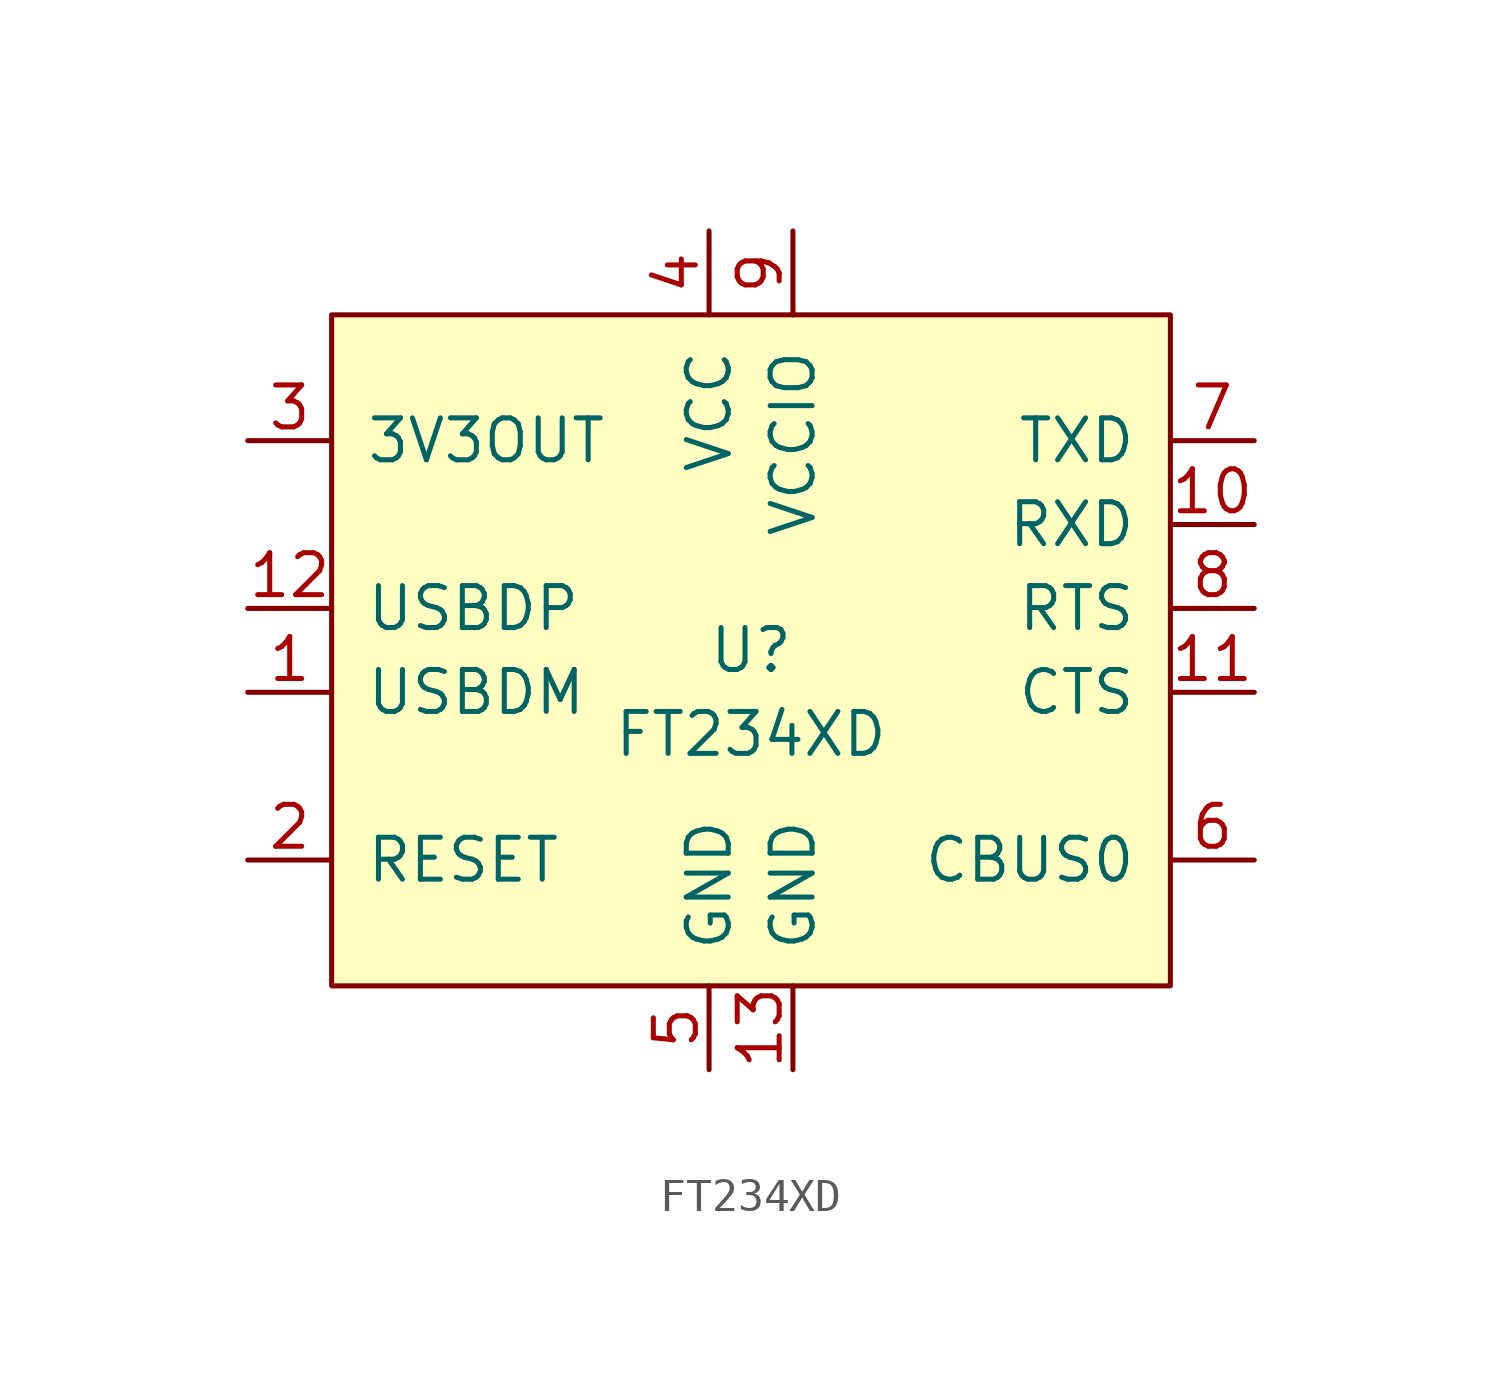
<source format=kicad_sym>
(kicad_symbol_lib
  (version 20211014)
  (generator kicad_symbol_editor)
  (symbol "FT234XD"
    (pin_names
      (offset 1.016))
    (property "Reference" "U"
      (at 0 0 0)
      (effects (font (size 1.27 1.27))))
    (property "Value" "FT234XD"
      (at 0 -2.54 0)
      (effects (font (size 1.27 1.27))))
    (symbol "FT234XD_0_0"
      (pin passive line (at -15.24 -1.27 0) (length 2.54) (name "USBDM" (effects (font (size 1.27 1.27)))) (number "1" (effects (font (size 1.27 1.27)))))
      (pin passive line (at 15.24 3.81 180) (length 2.54) (name "RXD" (effects (font (size 1.27 1.27)))) (number "10" (effects (font (size 1.27 1.27)))))
      (pin passive line (at 15.24 -1.27 180) (length 2.54) (name "CTS" (effects (font (size 1.27 1.27)))) (number "11" (effects (font (size 1.27 1.27)))))
      (pin passive line (at -15.24 1.27 0) (length 2.54) (name "USBDP" (effects (font (size 1.27 1.27)))) (number "12" (effects (font (size 1.27 1.27)))))
      (pin power_in line (at 1.27 -12.7 90) (length 2.54) (name "GND" (effects (font (size 1.27 1.27)))) (number "13" (effects (font (size 1.27 1.27)))))
      (pin passive line (at -15.24 -6.35 0) (length 2.54) (name "RESET" (effects (font (size 1.27 1.27)))) (number "2" (effects (font (size 1.27 1.27)))))
      (pin power_out line (at -15.24 6.35 0) (length 2.54) (name "3V3OUT" (effects (font (size 1.27 1.27)))) (number "3" (effects (font (size 1.27 1.27)))))
      (pin power_in line (at -1.27 12.7 270) (length 2.54) (name "VCC" (effects (font (size 1.27 1.27)))) (number "4" (effects (font (size 1.27 1.27)))))
      (pin power_in line (at -1.27 -12.7 90) (length 2.54) (name "GND" (effects (font (size 1.27 1.27)))) (number "5" (effects (font (size 1.27 1.27)))))
      (pin passive line (at 15.24 -6.35 180) (length 2.54) (name "CBUS0" (effects (font (size 1.27 1.27)))) (number "6" (effects (font (size 1.27 1.27)))))
      (pin passive line (at 15.24 6.35 180) (length 2.54) (name "TXD" (effects (font (size 1.27 1.27)))) (number "7" (effects (font (size 1.27 1.27)))))
      (pin passive line (at 15.24 1.27 180) (length 2.54) (name "RTS" (effects (font (size 1.27 1.27)))) (number "8" (effects (font (size 1.27 1.27)))))
      (pin power_in line (at 1.27 12.7 270) (length 2.54) (name "VCCIO" (effects (font (size 1.27 1.27)))) (number "9" (effects (font (size 1.27 1.27))))))
    (symbol "FT234XD_0_1"
      (rectangle (start -12.7 10.16) (end 12.7 -10.16) (stroke (width 0) (type default) (color 0 0 0 0)) (fill (type background))))))
</source>
